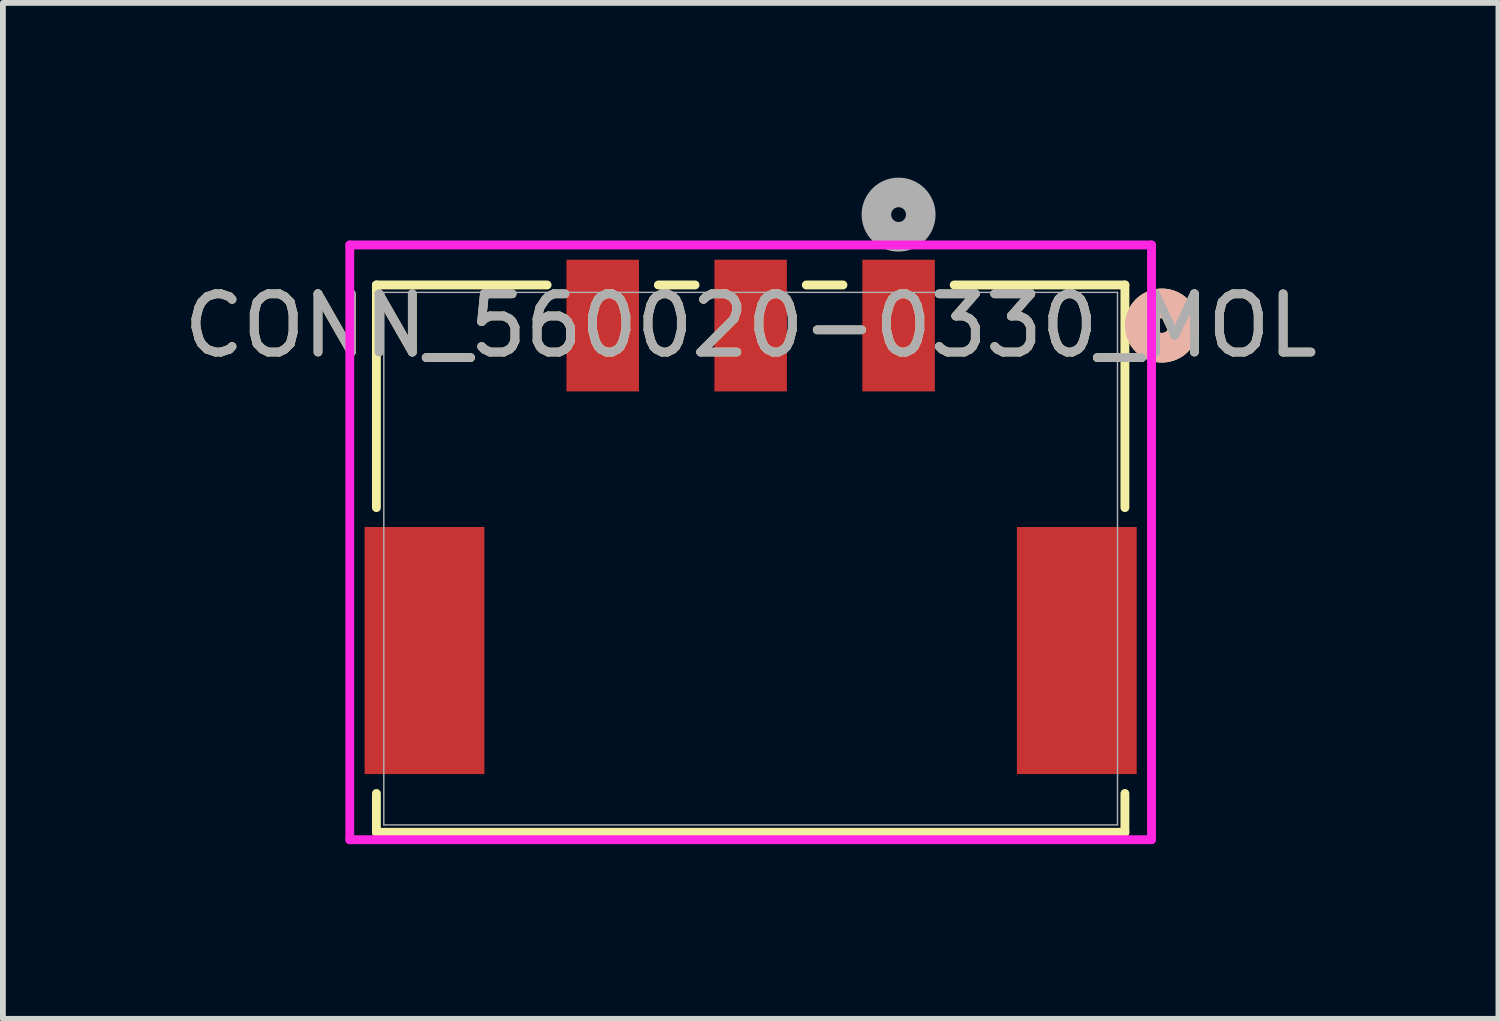
<source format=kicad_pcb>
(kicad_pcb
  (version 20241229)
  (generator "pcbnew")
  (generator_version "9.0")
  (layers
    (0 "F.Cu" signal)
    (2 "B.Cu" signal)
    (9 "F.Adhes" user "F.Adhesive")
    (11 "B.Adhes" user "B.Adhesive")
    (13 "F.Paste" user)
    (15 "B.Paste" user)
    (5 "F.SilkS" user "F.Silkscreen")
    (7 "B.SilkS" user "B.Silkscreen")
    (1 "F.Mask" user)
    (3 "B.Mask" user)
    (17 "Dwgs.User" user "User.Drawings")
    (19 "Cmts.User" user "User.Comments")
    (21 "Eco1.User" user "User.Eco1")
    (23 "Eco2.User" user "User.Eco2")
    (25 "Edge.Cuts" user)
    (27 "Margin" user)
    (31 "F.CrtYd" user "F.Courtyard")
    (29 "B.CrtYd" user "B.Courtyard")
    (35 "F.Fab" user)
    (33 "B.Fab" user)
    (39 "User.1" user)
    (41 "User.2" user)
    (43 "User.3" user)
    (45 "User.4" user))
  (footprint "CONN_560020-0330_MOL"
    (layer "F.Cu")
    (at 9.839 6.542)
    (property "Reference" "CONN_560020-0330_MOL" (at 0 -4.002 0) (unlocked yes) (layer "F.SilkS") (effects (font (size 1 1) (thickness 0.15))))
    (attr smd)
    (fp_line (start -6.426 -4.699) (end -6.426 -0.876) (stroke (width 0.152) (type solid)) (layer "F.SilkS"))
    (fp_line (start -6.426 4.032) (end -6.426 4.699) (stroke (width 0.152) (type solid)) (layer "F.SilkS"))
    (fp_line (start -6.426 4.699) (end 6.426 4.699) (stroke (width 0.152) (type solid)) (layer "F.SilkS"))
    (fp_line (start -3.495 -4.699) (end -6.426 -4.699) (stroke (width 0.152) (type solid)) (layer "F.SilkS"))
    (fp_line (start -0.955 -4.699) (end -1.585 -4.699) (stroke (width 0.152) (type solid)) (layer "F.SilkS"))
    (fp_line (start 1.585 -4.699) (end 0.955 -4.699) (stroke (width 0.152) (type solid)) (layer "F.SilkS"))
    (fp_line (start 6.426 -4.699) (end 3.495 -4.699) (stroke (width 0.152) (type solid)) (layer "F.SilkS"))
    (fp_line (start 6.426 -0.876) (end 6.426 -4.699) (stroke (width 0.152) (type solid)) (layer "F.SilkS"))
    (fp_line (start 6.426 4.699) (end 6.426 4.032) (stroke (width 0.152) (type solid)) (layer "F.SilkS"))
    (fp_circle (center 7.061 -4.002) (end 7.442 -4.002) (stroke (width 0.508) (type solid)) (fill no) (layer "F.SilkS"))
    (fp_circle (center 7.061 -4.002) (end 7.442 -4.002) (stroke (width 0.508) (type solid)) (fill no) (layer "B.SilkS"))
    (fp_line (start -6.883 -5.386) (end -6.883 4.826) (stroke (width 0.152) (type solid)) (layer "F.CrtYd"))
    (fp_line (start -6.883 4.826) (end 6.883 4.826) (stroke (width 0.152) (type solid)) (layer "F.CrtYd"))
    (fp_line (start 6.883 -5.386) (end -6.883 -5.386) (stroke (width 0.152) (type solid)) (layer "F.CrtYd"))
    (fp_line (start 6.883 4.826) (end 6.883 -5.386) (stroke (width 0.152) (type solid)) (layer "F.CrtYd"))
    (fp_line (start -6.299 -4.572) (end -6.299 4.572) (stroke (width 0.025) (type solid)) (layer "F.Fab"))
    (fp_line (start -6.299 4.572) (end 6.299 4.572) (stroke (width 0.025) (type solid)) (layer "F.Fab"))
    (fp_line (start 6.299 -4.572) (end -6.299 -4.572) (stroke (width 0.025) (type solid)) (layer "F.Fab"))
    (fp_line (start 6.299 4.572) (end 6.299 -4.572) (stroke (width 0.025) (type solid)) (layer "F.Fab"))
    (fp_circle (center 2.54 -5.907) (end 2.921 -5.907) (stroke (width 0.508) (type solid)) (fill no) (layer "F.Fab"))
    (fp_text user "${REFERENCE}" (at 0 -4.002 0) (unlocked yes) (layer "F.Fab") (effects (font (size 1 1) (thickness 0.15))))
    (pad "1" smd rect (at 2.54 -4.002) (size 1.245 2.261) (layers "F.Cu" "F.Mask" "F.Paste"))
    (pad "2" smd rect (at 0 -4.002) (size 1.245 2.261) (layers "F.Cu" "F.Mask" "F.Paste"))
    (pad "3" smd rect (at -2.54 -4.002) (size 1.245 2.261) (layers "F.Cu" "F.Mask" "F.Paste"))
    (pad "4" smd rect (at -5.6 1.578) (size 2.057 4.242) (layers "F.Cu" "F.Mask" "F.Paste"))
    (pad "5" smd rect (at 5.6 1.578) (size 2.057 4.242) (layers "F.Cu" "F.Mask" "F.Paste")))
  (gr_rect
    (start -3 -3)
    (end 22.679 14.444)
    (stroke (width 0.1) (type default))
    (fill no)
    (layer "Edge.Cuts")))
</source>
